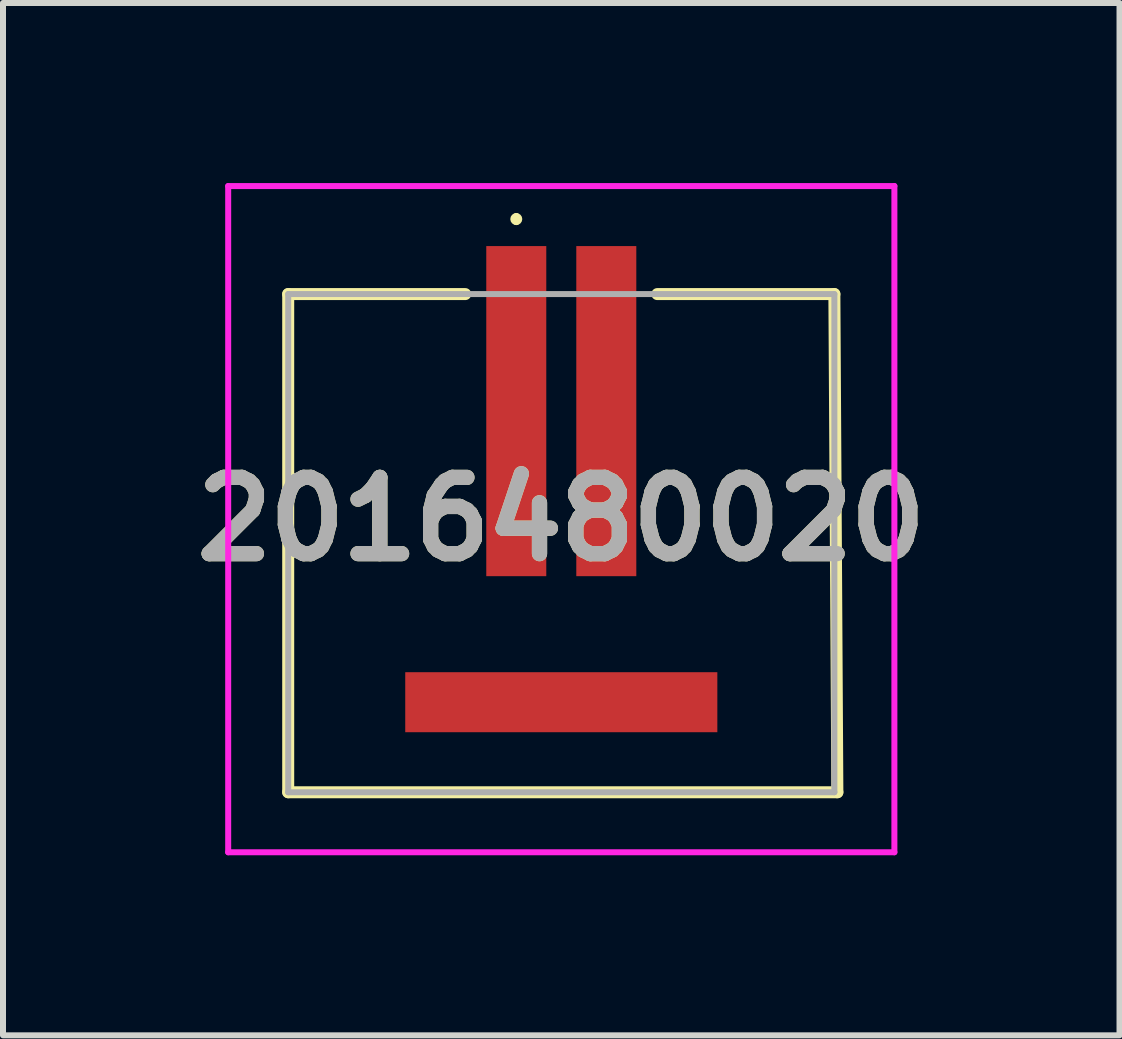
<source format=kicad_pcb>
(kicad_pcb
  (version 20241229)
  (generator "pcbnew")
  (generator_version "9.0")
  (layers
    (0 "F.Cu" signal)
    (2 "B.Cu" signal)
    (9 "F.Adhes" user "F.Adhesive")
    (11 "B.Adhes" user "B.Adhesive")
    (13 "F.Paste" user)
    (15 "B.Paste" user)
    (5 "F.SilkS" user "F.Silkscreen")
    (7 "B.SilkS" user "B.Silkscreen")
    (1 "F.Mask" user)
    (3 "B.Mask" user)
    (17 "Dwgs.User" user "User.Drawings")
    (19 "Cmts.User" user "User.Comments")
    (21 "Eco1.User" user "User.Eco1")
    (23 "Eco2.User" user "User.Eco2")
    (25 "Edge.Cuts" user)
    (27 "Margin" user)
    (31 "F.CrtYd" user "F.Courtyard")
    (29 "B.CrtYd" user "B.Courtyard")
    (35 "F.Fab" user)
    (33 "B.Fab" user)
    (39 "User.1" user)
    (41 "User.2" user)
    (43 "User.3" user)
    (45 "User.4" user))
  (footprint "2016480020"
    (layer "F.Cu")
    (at 6.302 5.6)
    (property "Reference" "2016480020" (at 0 0 0) (layer "F.SilkS") (effects (font (size 1.27 1.27) (thickness 0.254))))
    (attr smd)
    (fp_line (start -4.55 -3.75) (end -1.6 -3.75) (stroke (width 0.2) (type solid)) (layer "F.SilkS"))
    (fp_line (start -4.55 4.55) (end -4.55 -3.75) (stroke (width 0.2) (type solid)) (layer "F.SilkS"))
    (fp_line (start -0.75 -5.05) (end -0.75 -5.05) (stroke (width 0.1) (type solid)) (layer "F.SilkS"))
    (fp_line (start -0.75 -4.95) (end -0.75 -4.95) (stroke (width 0.1) (type solid)) (layer "F.SilkS"))
    (fp_line (start 1.6 -3.75) (end 4.55 -3.75) (stroke (width 0.2) (type solid)) (layer "F.SilkS"))
    (fp_line (start 4.55 -3.75) (end 4.6 4.55) (stroke (width 0.2) (type solid)) (layer "F.SilkS"))
    (fp_line (start 4.6 4.55) (end -4.55 4.55) (stroke (width 0.2) (type solid)) (layer "F.SilkS"))
    (fp_arc (start -0.75 -5.05) (mid -0.7 -5) (end -0.75 -4.95) (stroke (width 0.1) (type solid)) (layer "F.SilkS"))
    (fp_arc (start -0.75 -4.95) (mid -0.8 -5) (end -0.75 -5.05) (stroke (width 0.1) (type solid)) (layer "F.SilkS"))
    (fp_line (start -5.55 -5.55) (end 5.55 -5.55) (stroke (width 0.1) (type solid)) (layer "F.CrtYd"))
    (fp_line (start -5.55 5.55) (end -5.55 -5.55) (stroke (width 0.1) (type solid)) (layer "F.CrtYd"))
    (fp_line (start 5.55 -5.55) (end 5.55 5.55) (stroke (width 0.1) (type solid)) (layer "F.CrtYd"))
    (fp_line (start 5.55 5.55) (end -5.55 5.55) (stroke (width 0.1) (type solid)) (layer "F.CrtYd"))
    (fp_line (start -4.55 -3.75) (end 4.55 -3.75) (stroke (width 0.1) (type solid)) (layer "F.Fab"))
    (fp_line (start -4.55 4.55) (end -4.55 -3.75) (stroke (width 0.1) (type solid)) (layer "F.Fab"))
    (fp_line (start 4.55 -3.75) (end 4.55 4.55) (stroke (width 0.1) (type solid)) (layer "F.Fab"))
    (fp_line (start 4.55 4.55) (end -4.55 4.55) (stroke (width 0.1) (type solid)) (layer "F.Fab"))
    (fp_text user "${REFERENCE}" (at 0 0 0) (layer "F.Fab") (effects (font (size 1.27 1.27) (thickness 0.254))))
    (pad "1" smd rect (at -0.75 -1.8) (size 1 5.5) (layers "F.Cu" "F.Mask" "F.Paste"))
    (pad "2" smd rect (at 0.75 -1.8) (size 1 5.5) (layers "F.Cu" "F.Mask" "F.Paste"))
    (pad "MP1" smd rect (at 0 3.05 90) (size 1 5.2) (layers "F.Cu" "F.Mask" "F.Paste")))
  (gr_rect
    (start -3 -3)
    (end 15.603 14.2)
    (stroke (width 0.1) (type default))
    (fill no)
    (layer "Edge.Cuts")))
</source>
